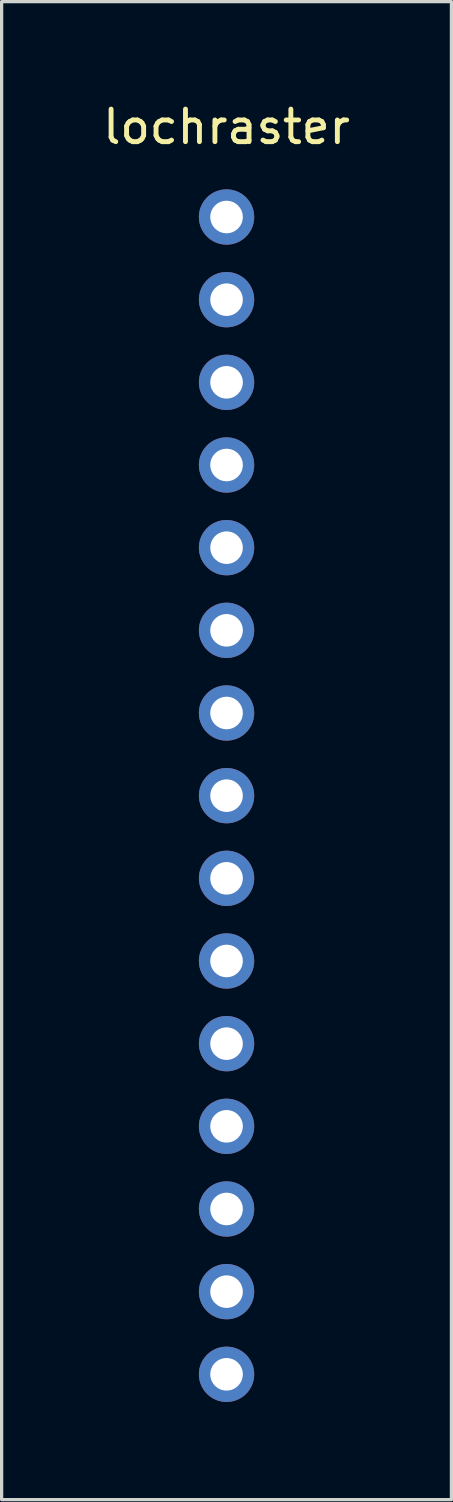
<source format=kicad_pcb>
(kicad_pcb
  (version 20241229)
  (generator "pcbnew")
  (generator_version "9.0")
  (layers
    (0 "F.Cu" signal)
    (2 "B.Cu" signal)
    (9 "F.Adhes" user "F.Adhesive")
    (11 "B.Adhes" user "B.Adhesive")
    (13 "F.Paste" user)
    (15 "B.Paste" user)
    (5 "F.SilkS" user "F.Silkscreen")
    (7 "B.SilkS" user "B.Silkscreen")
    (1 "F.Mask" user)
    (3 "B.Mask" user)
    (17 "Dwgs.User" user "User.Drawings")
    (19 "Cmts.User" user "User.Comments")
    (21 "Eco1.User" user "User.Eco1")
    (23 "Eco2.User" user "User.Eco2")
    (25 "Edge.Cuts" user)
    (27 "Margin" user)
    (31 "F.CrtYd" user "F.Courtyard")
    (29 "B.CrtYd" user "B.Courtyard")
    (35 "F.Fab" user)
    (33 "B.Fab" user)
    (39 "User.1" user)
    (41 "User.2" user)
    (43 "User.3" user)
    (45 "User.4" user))
  (footprint "lochraster"
    (layer "F.Cu")
    (at 3.911 3.618)
    (property "Reference" "lochraster" (at 0 -2.77 0) (layer "F.SilkS") (effects (font (size 1 1) (thickness 0.15))))
    (attr through_hole)
    (pad "1" thru_hole circle (at 0 0) (size 1.7 1.7) (drill 1) (layers "*.Cu" "*.Mask"))
    (pad "2" thru_hole oval (at 0 2.54) (size 1.7 1.7) (drill 1) (layers "*.Cu" "*.Mask"))
    (pad "3" thru_hole oval (at 0 5.08) (size 1.7 1.7) (drill 1) (layers "*.Cu" "*.Mask"))
    (pad "4" thru_hole oval (at 0 7.62) (size 1.7 1.7) (drill 1) (layers "*.Cu" "*.Mask"))
    (pad "5" thru_hole oval (at 0 10.16) (size 1.7 1.7) (drill 1) (layers "*.Cu" "*.Mask"))
    (pad "6" thru_hole oval (at 0 12.7) (size 1.7 1.7) (drill 1) (layers "*.Cu" "*.Mask"))
    (pad "7" thru_hole oval (at 0 15.24) (size 1.7 1.7) (drill 1) (layers "*.Cu" "*.Mask"))
    (pad "8" thru_hole oval (at 0 17.78) (size 1.7 1.7) (drill 1) (layers "*.Cu" "*.Mask"))
    (pad "9" thru_hole oval (at 0 20.32) (size 1.7 1.7) (drill 1) (layers "*.Cu" "*.Mask"))
    (pad "10" thru_hole oval (at 0 22.86) (size 1.7 1.7) (drill 1) (layers "*.Cu" "*.Mask"))
    (pad "11" thru_hole oval (at 0 25.4) (size 1.7 1.7) (drill 1) (layers "*.Cu" "*.Mask"))
    (pad "12" thru_hole oval (at 0 27.94) (size 1.7 1.7) (drill 1) (layers "*.Cu" "*.Mask"))
    (pad "13" thru_hole oval (at 0 30.48) (size 1.7 1.7) (drill 1) (layers "*.Cu" "*.Mask"))
    (pad "14" thru_hole oval (at 0 33.02) (size 1.7 1.7) (drill 1) (layers "*.Cu" "*.Mask"))
    (pad "15" thru_hole oval (at 0 35.56) (size 1.7 1.7) (drill 1) (layers "*.Cu" "*.Mask")))
  (gr_rect
    (start -3 -3)
    (end 10.821 43.028)
    (stroke (width 0.1) (type default))
    (fill no)
    (layer "Edge.Cuts")))
</source>
